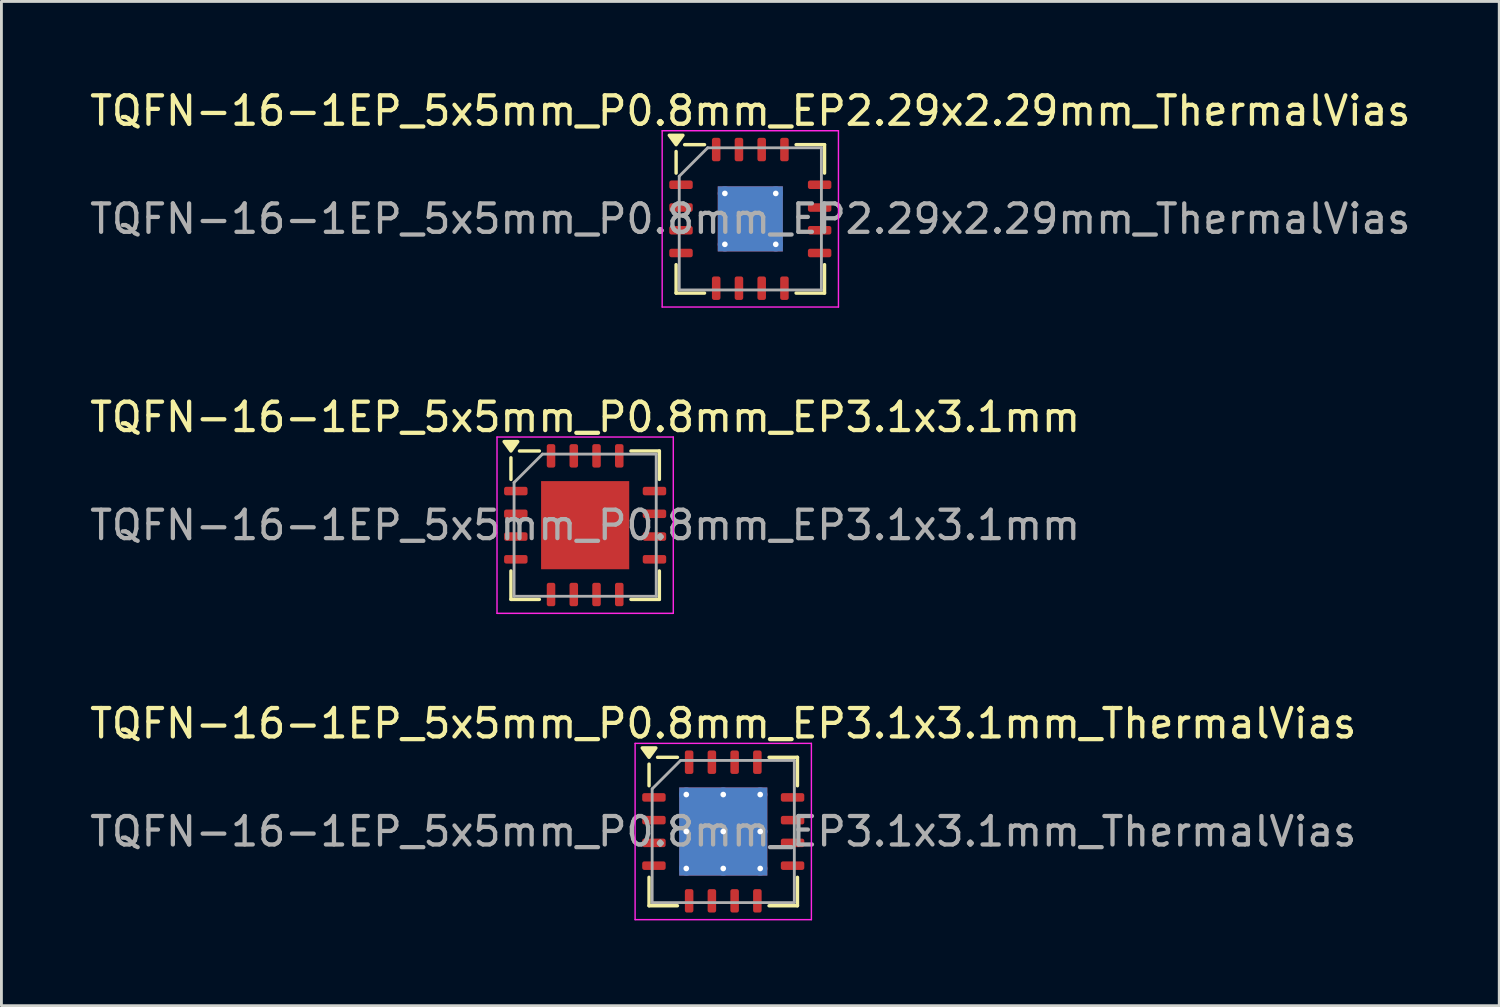
<source format=kicad_pcb>
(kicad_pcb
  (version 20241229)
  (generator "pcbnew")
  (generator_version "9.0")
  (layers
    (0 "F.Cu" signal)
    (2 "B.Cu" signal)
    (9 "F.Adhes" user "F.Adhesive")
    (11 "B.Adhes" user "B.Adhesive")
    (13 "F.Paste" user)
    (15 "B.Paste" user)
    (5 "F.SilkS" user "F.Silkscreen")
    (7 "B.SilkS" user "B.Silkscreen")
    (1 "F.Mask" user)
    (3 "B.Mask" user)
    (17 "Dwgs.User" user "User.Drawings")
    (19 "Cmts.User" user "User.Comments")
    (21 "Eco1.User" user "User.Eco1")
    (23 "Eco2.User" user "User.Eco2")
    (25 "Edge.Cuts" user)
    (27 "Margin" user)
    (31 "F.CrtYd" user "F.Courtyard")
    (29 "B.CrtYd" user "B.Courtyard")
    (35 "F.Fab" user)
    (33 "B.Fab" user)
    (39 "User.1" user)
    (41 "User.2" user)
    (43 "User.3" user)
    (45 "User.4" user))
  (footprint "TQFN-16-1EP_5x5mm_P0.8mm_EP2.29x2.29mm_ThermalVias"
    (layer "F.Cu")
    (at 23.339 4.648)
    (property "Reference" "TQFN-16-1EP_5x5mm_P0.8mm_EP2.29x2.29mm_ThermalVias" (at 0 -3.8 0) (layer "F.SilkS") (effects (font (size 1 1) (thickness 0.15))))
    (attr smd)
    (fp_line (start -2.61 -1.61) (end -2.61 -2.37) (stroke (width 0.12) (type solid)) (layer "F.SilkS"))
    (fp_line (start -2.61 2.61) (end -2.61 1.61) (stroke (width 0.12) (type solid)) (layer "F.SilkS"))
    (fp_line (start -1.61 -2.61) (end -2.31 -2.61) (stroke (width 0.12) (type solid)) (layer "F.SilkS"))
    (fp_line (start -1.61 2.61) (end -2.61 2.61) (stroke (width 0.12) (type solid)) (layer "F.SilkS"))
    (fp_line (start 1.61 -2.61) (end 2.61 -2.61) (stroke (width 0.12) (type solid)) (layer "F.SilkS"))
    (fp_line (start 1.61 2.61) (end 2.61 2.61) (stroke (width 0.12) (type solid)) (layer "F.SilkS"))
    (fp_line (start 2.61 -2.61) (end 2.61 -1.61) (stroke (width 0.12) (type solid)) (layer "F.SilkS"))
    (fp_line (start 2.61 2.61) (end 2.61 1.61) (stroke (width 0.12) (type solid)) (layer "F.SilkS"))
    (fp_poly (pts (xy -2.61 -2.61) (xy -2.85 -2.94) (xy -2.37 -2.94) (xy -2.61 -2.61)) (stroke (width 0.12) (type solid)) (fill yes) (layer "F.SilkS"))
    (fp_line (start -3.1 -3.1) (end -3.1 3.1) (stroke (width 0.05) (type solid)) (layer "F.CrtYd"))
    (fp_line (start -3.1 3.1) (end 3.1 3.1) (stroke (width 0.05) (type solid)) (layer "F.CrtYd"))
    (fp_line (start 3.1 -3.1) (end -3.1 -3.1) (stroke (width 0.05) (type solid)) (layer "F.CrtYd"))
    (fp_line (start 3.1 3.1) (end 3.1 -3.1) (stroke (width 0.05) (type solid)) (layer "F.CrtYd"))
    (fp_line (start -2.5 -1.5) (end -1.5 -2.5) (stroke (width 0.1) (type solid)) (layer "F.Fab"))
    (fp_line (start -2.5 2.5) (end -2.5 -1.5) (stroke (width 0.1) (type solid)) (layer "F.Fab"))
    (fp_line (start -1.5 -2.5) (end 2.5 -2.5) (stroke (width 0.1) (type solid)) (layer "F.Fab"))
    (fp_line (start 2.5 -2.5) (end 2.5 2.5) (stroke (width 0.1) (type solid)) (layer "F.Fab"))
    (fp_line (start 2.5 2.5) (end -2.5 2.5) (stroke (width 0.1) (type solid)) (layer "F.Fab"))
    (fp_text user "${REFERENCE}" (at 0 0 0) (layer "F.Fab") (effects (font (size 1 1) (thickness 0.15))))
    (pad "" smd roundrect (at -0.57 -0.57) (size 0.99 0.99) (layers "F.Paste") (roundrect_rratio 0.25))
    (pad "" smd roundrect (at -0.57 0.57) (size 0.99 0.99) (layers "F.Paste") (roundrect_rratio 0.25))
    (pad "" smd roundrect (at 0.57 -0.57) (size 0.99 0.99) (layers "F.Paste") (roundrect_rratio 0.25))
    (pad "" smd roundrect (at 0.57 0.57) (size 0.99 0.99) (layers "F.Paste") (roundrect_rratio 0.25))
    (pad "1" smd roundrect (at -2.438 -1.2) (size 0.825 0.3) (layers "F.Cu" "F.Mask" "F.Paste") (roundrect_rratio 0.25))
    (pad "2" smd roundrect (at -2.438 -0.4) (size 0.825 0.3) (layers "F.Cu" "F.Mask" "F.Paste") (roundrect_rratio 0.25))
    (pad "3" smd roundrect (at -2.438 0.4) (size 0.825 0.3) (layers "F.Cu" "F.Mask" "F.Paste") (roundrect_rratio 0.25))
    (pad "4" smd roundrect (at -2.438 1.2) (size 0.825 0.3) (layers "F.Cu" "F.Mask" "F.Paste") (roundrect_rratio 0.25))
    (pad "5" smd roundrect (at -1.2 2.438) (size 0.3 0.825) (layers "F.Cu" "F.Mask" "F.Paste") (roundrect_rratio 0.25))
    (pad "6" smd roundrect (at -0.4 2.438) (size 0.3 0.825) (layers "F.Cu" "F.Mask" "F.Paste") (roundrect_rratio 0.25))
    (pad "7" smd roundrect (at 0.4 2.438) (size 0.3 0.825) (layers "F.Cu" "F.Mask" "F.Paste") (roundrect_rratio 0.25))
    (pad "8" smd roundrect (at 1.2 2.438) (size 0.3 0.825) (layers "F.Cu" "F.Mask" "F.Paste") (roundrect_rratio 0.25))
    (pad "9" smd roundrect (at 2.438 1.2) (size 0.825 0.3) (layers "F.Cu" "F.Mask" "F.Paste") (roundrect_rratio 0.25))
    (pad "10" smd roundrect (at 2.438 0.4) (size 0.825 0.3) (layers "F.Cu" "F.Mask" "F.Paste") (roundrect_rratio 0.25))
    (pad "11" smd roundrect (at 2.438 -0.4) (size 0.825 0.3) (layers "F.Cu" "F.Mask" "F.Paste") (roundrect_rratio 0.25))
    (pad "12" smd roundrect (at 2.438 -1.2) (size 0.825 0.3) (layers "F.Cu" "F.Mask" "F.Paste") (roundrect_rratio 0.25))
    (pad "13" smd roundrect (at 1.2 -2.438) (size 0.3 0.825) (layers "F.Cu" "F.Mask" "F.Paste") (roundrect_rratio 0.25))
    (pad "14" smd roundrect (at 0.4 -2.438) (size 0.3 0.825) (layers "F.Cu" "F.Mask" "F.Paste") (roundrect_rratio 0.25))
    (pad "15" smd roundrect (at -0.4 -2.438) (size 0.3 0.825) (layers "F.Cu" "F.Mask" "F.Paste") (roundrect_rratio 0.25))
    (pad "16" smd roundrect (at -1.2 -2.438) (size 0.3 0.825) (layers "F.Cu" "F.Mask" "F.Paste") (roundrect_rratio 0.25))
    (pad "17" thru_hole circle (at -0.895 -0.895) (size 0.5 0.5) (drill 0.2) (property pad_prop_heatsink) (layers "*.Cu"))
    (pad "17" thru_hole circle (at -0.895 0.895) (size 0.5 0.5) (drill 0.2) (property pad_prop_heatsink) (layers "*.Cu"))
    (pad "17" smd rect (at 0 0) (size 2.29 2.29) (property pad_prop_heatsink) (layers "F.Cu" "F.Mask"))
    (pad "17" smd rect (at 0 0) (size 2.29 2.29) (property pad_prop_heatsink) (layers "B.Cu"))
    (pad "17" thru_hole circle (at 0.895 -0.895) (size 0.5 0.5) (drill 0.2) (property pad_prop_heatsink) (layers "*.Cu"))
    (pad "17" thru_hole circle (at 0.895 0.895) (size 0.5 0.5) (drill 0.2) (property pad_prop_heatsink) (layers "*.Cu")))
  (footprint "TQFN-16-1EP_5x5mm_P0.8mm_EP3.1x3.1mm_ThermalVias"
    (layer "F.Cu")
    (at 22.387 26.195)
    (property "Reference" "TQFN-16-1EP_5x5mm_P0.8mm_EP3.1x3.1mm_ThermalVias" (at 0 -3.8 0) (layer "F.SilkS") (effects (font (size 1 1) (thickness 0.15))))
    (attr smd)
    (fp_line (start -2.61 -1.61) (end -2.61 -2.37) (stroke (width 0.12) (type solid)) (layer "F.SilkS"))
    (fp_line (start -2.61 2.61) (end -2.61 1.61) (stroke (width 0.12) (type solid)) (layer "F.SilkS"))
    (fp_line (start -1.61 -2.61) (end -2.31 -2.61) (stroke (width 0.12) (type solid)) (layer "F.SilkS"))
    (fp_line (start -1.61 2.61) (end -2.61 2.61) (stroke (width 0.12) (type solid)) (layer "F.SilkS"))
    (fp_line (start 1.61 -2.61) (end 2.61 -2.61) (stroke (width 0.12) (type solid)) (layer "F.SilkS"))
    (fp_line (start 1.61 2.61) (end 2.61 2.61) (stroke (width 0.12) (type solid)) (layer "F.SilkS"))
    (fp_line (start 2.61 -2.61) (end 2.61 -1.61) (stroke (width 0.12) (type solid)) (layer "F.SilkS"))
    (fp_line (start 2.61 2.61) (end 2.61 1.61) (stroke (width 0.12) (type solid)) (layer "F.SilkS"))
    (fp_poly (pts (xy -2.61 -2.61) (xy -2.85 -2.94) (xy -2.37 -2.94) (xy -2.61 -2.61)) (stroke (width 0.12) (type solid)) (fill yes) (layer "F.SilkS"))
    (fp_line (start -3.1 -3.1) (end -3.1 3.1) (stroke (width 0.05) (type solid)) (layer "F.CrtYd"))
    (fp_line (start -3.1 3.1) (end 3.1 3.1) (stroke (width 0.05) (type solid)) (layer "F.CrtYd"))
    (fp_line (start 3.1 -3.1) (end -3.1 -3.1) (stroke (width 0.05) (type solid)) (layer "F.CrtYd"))
    (fp_line (start 3.1 3.1) (end 3.1 -3.1) (stroke (width 0.05) (type solid)) (layer "F.CrtYd"))
    (fp_line (start -2.5 -1.5) (end -1.5 -2.5) (stroke (width 0.1) (type solid)) (layer "F.Fab"))
    (fp_line (start -2.5 2.5) (end -2.5 -1.5) (stroke (width 0.1) (type solid)) (layer "F.Fab"))
    (fp_line (start -1.5 -2.5) (end 2.5 -2.5) (stroke (width 0.1) (type solid)) (layer "F.Fab"))
    (fp_line (start 2.5 -2.5) (end 2.5 2.5) (stroke (width 0.1) (type solid)) (layer "F.Fab"))
    (fp_line (start 2.5 2.5) (end -2.5 2.5) (stroke (width 0.1) (type solid)) (layer "F.Fab"))
    (fp_text user "${REFERENCE}" (at 0 0 0) (layer "F.Fab") (effects (font (size 1 1) (thickness 0.15))))
    (pad "" smd roundrect (at -0.775 -0.775) (size 1.34 1.34) (layers "F.Paste") (roundrect_rratio 0.187))
    (pad "" smd roundrect (at -0.775 0.775) (size 1.34 1.34) (layers "F.Paste") (roundrect_rratio 0.187))
    (pad "" smd roundrect (at 0.775 -0.775) (size 1.34 1.34) (layers "F.Paste") (roundrect_rratio 0.187))
    (pad "" smd roundrect (at 0.775 0.775) (size 1.34 1.34) (layers "F.Paste") (roundrect_rratio 0.187))
    (pad "1" smd roundrect (at -2.438 -1.2) (size 0.825 0.3) (layers "F.Cu" "F.Mask" "F.Paste") (roundrect_rratio 0.25))
    (pad "2" smd roundrect (at -2.438 -0.4) (size 0.825 0.3) (layers "F.Cu" "F.Mask" "F.Paste") (roundrect_rratio 0.25))
    (pad "3" smd roundrect (at -2.438 0.4) (size 0.825 0.3) (layers "F.Cu" "F.Mask" "F.Paste") (roundrect_rratio 0.25))
    (pad "4" smd roundrect (at -2.438 1.2) (size 0.825 0.3) (layers "F.Cu" "F.Mask" "F.Paste") (roundrect_rratio 0.25))
    (pad "5" smd roundrect (at -1.2 2.438) (size 0.3 0.825) (layers "F.Cu" "F.Mask" "F.Paste") (roundrect_rratio 0.25))
    (pad "6" smd roundrect (at -0.4 2.438) (size 0.3 0.825) (layers "F.Cu" "F.Mask" "F.Paste") (roundrect_rratio 0.25))
    (pad "7" smd roundrect (at 0.4 2.438) (size 0.3 0.825) (layers "F.Cu" "F.Mask" "F.Paste") (roundrect_rratio 0.25))
    (pad "8" smd roundrect (at 1.2 2.438) (size 0.3 0.825) (layers "F.Cu" "F.Mask" "F.Paste") (roundrect_rratio 0.25))
    (pad "9" smd roundrect (at 2.438 1.2) (size 0.825 0.3) (layers "F.Cu" "F.Mask" "F.Paste") (roundrect_rratio 0.25))
    (pad "10" smd roundrect (at 2.438 0.4) (size 0.825 0.3) (layers "F.Cu" "F.Mask" "F.Paste") (roundrect_rratio 0.25))
    (pad "11" smd roundrect (at 2.438 -0.4) (size 0.825 0.3) (layers "F.Cu" "F.Mask" "F.Paste") (roundrect_rratio 0.25))
    (pad "12" smd roundrect (at 2.438 -1.2) (size 0.825 0.3) (layers "F.Cu" "F.Mask" "F.Paste") (roundrect_rratio 0.25))
    (pad "13" smd roundrect (at 1.2 -2.438) (size 0.3 0.825) (layers "F.Cu" "F.Mask" "F.Paste") (roundrect_rratio 0.25))
    (pad "14" smd roundrect (at 0.4 -2.438) (size 0.3 0.825) (layers "F.Cu" "F.Mask" "F.Paste") (roundrect_rratio 0.25))
    (pad "15" smd roundrect (at -0.4 -2.438) (size 0.3 0.825) (layers "F.Cu" "F.Mask" "F.Paste") (roundrect_rratio 0.25))
    (pad "16" smd roundrect (at -1.2 -2.438) (size 0.3 0.825) (layers "F.Cu" "F.Mask" "F.Paste") (roundrect_rratio 0.25))
    (pad "17" thru_hole circle (at -1.3 -1.3) (size 0.5 0.5) (drill 0.2) (property pad_prop_heatsink) (layers "*.Cu"))
    (pad "17" thru_hole circle (at -1.3 0) (size 0.5 0.5) (drill 0.2) (property pad_prop_heatsink) (layers "*.Cu"))
    (pad "17" thru_hole circle (at -1.3 1.3) (size 0.5 0.5) (drill 0.2) (property pad_prop_heatsink) (layers "*.Cu"))
    (pad "17" thru_hole circle (at 0 -1.3) (size 0.5 0.5) (drill 0.2) (property pad_prop_heatsink) (layers "*.Cu"))
    (pad "17" thru_hole circle (at 0 0) (size 0.5 0.5) (drill 0.2) (property pad_prop_heatsink) (layers "*.Cu"))
    (pad "17" smd rect (at 0 0) (size 3.1 3.1) (property pad_prop_heatsink) (layers "F.Cu" "F.Mask"))
    (pad "17" smd rect (at 0 0) (size 3.1 3.1) (property pad_prop_heatsink) (layers "B.Cu"))
    (pad "17" thru_hole circle (at 0 1.3) (size 0.5 0.5) (drill 0.2) (property pad_prop_heatsink) (layers "*.Cu"))
    (pad "17" thru_hole circle (at 1.3 -1.3) (size 0.5 0.5) (drill 0.2) (property pad_prop_heatsink) (layers "*.Cu"))
    (pad "17" thru_hole circle (at 1.3 0) (size 0.5 0.5) (drill 0.2) (property pad_prop_heatsink) (layers "*.Cu"))
    (pad "17" thru_hole circle (at 1.3 1.3) (size 0.5 0.5) (drill 0.2) (property pad_prop_heatsink) (layers "*.Cu")))
  (footprint "TQFN-16-1EP_5x5mm_P0.8mm_EP3.1x3.1mm"
    (layer "F.Cu")
    (at 17.53 15.421)
    (property "Reference" "TQFN-16-1EP_5x5mm_P0.8mm_EP3.1x3.1mm" (at 0 -3.8 0) (layer "F.SilkS") (effects (font (size 1 1) (thickness 0.15))))
    (attr smd)
    (fp_line (start -2.61 -1.61) (end -2.61 -2.37) (stroke (width 0.12) (type solid)) (layer "F.SilkS"))
    (fp_line (start -2.61 2.61) (end -2.61 1.61) (stroke (width 0.12) (type solid)) (layer "F.SilkS"))
    (fp_line (start -1.61 -2.61) (end -2.31 -2.61) (stroke (width 0.12) (type solid)) (layer "F.SilkS"))
    (fp_line (start -1.61 2.61) (end -2.61 2.61) (stroke (width 0.12) (type solid)) (layer "F.SilkS"))
    (fp_line (start 1.61 -2.61) (end 2.61 -2.61) (stroke (width 0.12) (type solid)) (layer "F.SilkS"))
    (fp_line (start 1.61 2.61) (end 2.61 2.61) (stroke (width 0.12) (type solid)) (layer "F.SilkS"))
    (fp_line (start 2.61 -2.61) (end 2.61 -1.61) (stroke (width 0.12) (type solid)) (layer "F.SilkS"))
    (fp_line (start 2.61 2.61) (end 2.61 1.61) (stroke (width 0.12) (type solid)) (layer "F.SilkS"))
    (fp_poly (pts (xy -2.61 -2.61) (xy -2.85 -2.94) (xy -2.37 -2.94) (xy -2.61 -2.61)) (stroke (width 0.12) (type solid)) (fill yes) (layer "F.SilkS"))
    (fp_line (start -3.1 -3.1) (end -3.1 3.1) (stroke (width 0.05) (type solid)) (layer "F.CrtYd"))
    (fp_line (start -3.1 3.1) (end 3.1 3.1) (stroke (width 0.05) (type solid)) (layer "F.CrtYd"))
    (fp_line (start 3.1 -3.1) (end -3.1 -3.1) (stroke (width 0.05) (type solid)) (layer "F.CrtYd"))
    (fp_line (start 3.1 3.1) (end 3.1 -3.1) (stroke (width 0.05) (type solid)) (layer "F.CrtYd"))
    (fp_line (start -2.5 -1.5) (end -1.5 -2.5) (stroke (width 0.1) (type solid)) (layer "F.Fab"))
    (fp_line (start -2.5 2.5) (end -2.5 -1.5) (stroke (width 0.1) (type solid)) (layer "F.Fab"))
    (fp_line (start -1.5 -2.5) (end 2.5 -2.5) (stroke (width 0.1) (type solid)) (layer "F.Fab"))
    (fp_line (start 2.5 -2.5) (end 2.5 2.5) (stroke (width 0.1) (type solid)) (layer "F.Fab"))
    (fp_line (start 2.5 2.5) (end -2.5 2.5) (stroke (width 0.1) (type solid)) (layer "F.Fab"))
    (fp_text user "${REFERENCE}" (at 0 0 0) (layer "F.Fab") (effects (font (size 1 1) (thickness 0.15))))
    (pad "" smd roundrect (at -0.775 -0.775) (size 1.25 1.25) (layers "F.Paste") (roundrect_rratio 0.2))
    (pad "" smd roundrect (at -0.775 0.775) (size 1.25 1.25) (layers "F.Paste") (roundrect_rratio 0.2))
    (pad "" smd roundrect (at 0.775 -0.775) (size 1.25 1.25) (layers "F.Paste") (roundrect_rratio 0.2))
    (pad "" smd roundrect (at 0.775 0.775) (size 1.25 1.25) (layers "F.Paste") (roundrect_rratio 0.2))
    (pad "1" smd roundrect (at -2.438 -1.2) (size 0.825 0.3) (layers "F.Cu" "F.Mask" "F.Paste") (roundrect_rratio 0.25))
    (pad "2" smd roundrect (at -2.438 -0.4) (size 0.825 0.3) (layers "F.Cu" "F.Mask" "F.Paste") (roundrect_rratio 0.25))
    (pad "3" smd roundrect (at -2.438 0.4) (size 0.825 0.3) (layers "F.Cu" "F.Mask" "F.Paste") (roundrect_rratio 0.25))
    (pad "4" smd roundrect (at -2.438 1.2) (size 0.825 0.3) (layers "F.Cu" "F.Mask" "F.Paste") (roundrect_rratio 0.25))
    (pad "5" smd roundrect (at -1.2 2.438) (size 0.3 0.825) (layers "F.Cu" "F.Mask" "F.Paste") (roundrect_rratio 0.25))
    (pad "6" smd roundrect (at -0.4 2.438) (size 0.3 0.825) (layers "F.Cu" "F.Mask" "F.Paste") (roundrect_rratio 0.25))
    (pad "7" smd roundrect (at 0.4 2.438) (size 0.3 0.825) (layers "F.Cu" "F.Mask" "F.Paste") (roundrect_rratio 0.25))
    (pad "8" smd roundrect (at 1.2 2.438) (size 0.3 0.825) (layers "F.Cu" "F.Mask" "F.Paste") (roundrect_rratio 0.25))
    (pad "9" smd roundrect (at 2.438 1.2) (size 0.825 0.3) (layers "F.Cu" "F.Mask" "F.Paste") (roundrect_rratio 0.25))
    (pad "10" smd roundrect (at 2.438 0.4) (size 0.825 0.3) (layers "F.Cu" "F.Mask" "F.Paste") (roundrect_rratio 0.25))
    (pad "11" smd roundrect (at 2.438 -0.4) (size 0.825 0.3) (layers "F.Cu" "F.Mask" "F.Paste") (roundrect_rratio 0.25))
    (pad "12" smd roundrect (at 2.438 -1.2) (size 0.825 0.3) (layers "F.Cu" "F.Mask" "F.Paste") (roundrect_rratio 0.25))
    (pad "13" smd roundrect (at 1.2 -2.438) (size 0.3 0.825) (layers "F.Cu" "F.Mask" "F.Paste") (roundrect_rratio 0.25))
    (pad "14" smd roundrect (at 0.4 -2.438) (size 0.3 0.825) (layers "F.Cu" "F.Mask" "F.Paste") (roundrect_rratio 0.25))
    (pad "15" smd roundrect (at -0.4 -2.438) (size 0.3 0.825) (layers "F.Cu" "F.Mask" "F.Paste") (roundrect_rratio 0.25))
    (pad "16" smd roundrect (at -1.2 -2.438) (size 0.3 0.825) (layers "F.Cu" "F.Mask" "F.Paste") (roundrect_rratio 0.25))
    (pad "17" smd rect (at 0 0) (size 3.1 3.1) (property pad_prop_heatsink) (layers "F.Cu" "F.Mask")))
  (gr_rect
    (start -3 -3)
    (end 49.679 32.32)
    (stroke (width 0.1) (type default))
    (fill no)
    (layer "Edge.Cuts")))
</source>
